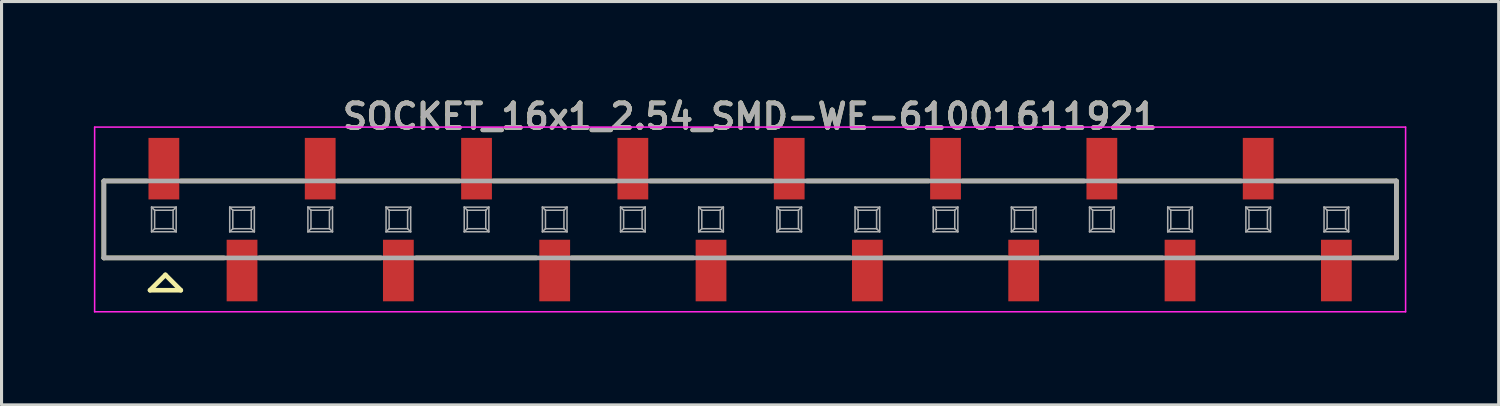
<source format=kicad_pcb>
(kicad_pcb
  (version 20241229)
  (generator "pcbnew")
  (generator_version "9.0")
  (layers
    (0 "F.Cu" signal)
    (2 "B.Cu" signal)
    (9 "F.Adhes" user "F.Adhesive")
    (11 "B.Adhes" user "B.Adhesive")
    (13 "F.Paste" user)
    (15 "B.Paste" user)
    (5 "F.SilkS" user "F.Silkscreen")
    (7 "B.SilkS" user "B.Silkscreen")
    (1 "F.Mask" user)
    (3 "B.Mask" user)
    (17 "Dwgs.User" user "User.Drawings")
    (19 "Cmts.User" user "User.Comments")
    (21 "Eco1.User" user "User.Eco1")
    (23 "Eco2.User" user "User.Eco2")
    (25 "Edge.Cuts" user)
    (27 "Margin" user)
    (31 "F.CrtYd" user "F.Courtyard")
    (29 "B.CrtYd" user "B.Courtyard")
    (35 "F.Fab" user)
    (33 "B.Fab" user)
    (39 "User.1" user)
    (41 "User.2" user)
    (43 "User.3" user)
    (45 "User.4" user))
  (footprint "SOCKET_16x1_2.54_SMD-WE-61001611921"
    (layer "F.Cu")
    (at 21.325 4.081)
    (property "Reference" "SOCKET_16x1_2.54_SMD-WE-61001611921" (at 0 -3.35 180) (layer "F.SilkS") (effects (font (size 0.8 0.8) (thickness 0.15))))
    (attr smd)
    (fp_line (start -21 -1.25) (end -21 1.25) (stroke (width 0.15) (type solid)) (layer "F.SilkS"))
    (fp_line (start -21 1.25) (end -17.1 1.25) (stroke (width 0.15) (type solid)) (layer "F.SilkS"))
    (fp_line (start -19.6 -1.25) (end -21 -1.25) (stroke (width 0.15) (type solid)) (layer "F.SilkS"))
    (fp_line (start -19.5 2.3) (end -19 1.8) (stroke (width 0.15) (type solid)) (layer "F.SilkS"))
    (fp_line (start -19.5 2.3) (end -18.5 2.3) (stroke (width 0.15) (type solid)) (layer "F.SilkS"))
    (fp_line (start -19 1.8) (end -18.5 2.3) (stroke (width 0.15) (type solid)) (layer "F.SilkS"))
    (fp_line (start -15.95 1.25) (end -12 1.25) (stroke (width 0.15) (type solid)) (layer "F.SilkS"))
    (fp_line (start -14.5 -1.25) (end -18.5 -1.25) (stroke (width 0.15) (type solid)) (layer "F.SilkS"))
    (fp_line (start -10.85 1.25) (end -6.95 1.25) (stroke (width 0.15) (type solid)) (layer "F.SilkS"))
    (fp_line (start -9.45 -1.25) (end -13.4 -1.25) (stroke (width 0.15) (type solid)) (layer "F.SilkS"))
    (fp_line (start -5.8 1.25) (end -1.85 1.25) (stroke (width 0.15) (type solid)) (layer "F.SilkS"))
    (fp_line (start -4.4 -1.25) (end -8.35 -1.25) (stroke (width 0.15) (type solid)) (layer "F.SilkS"))
    (fp_line (start -0.75 1.25) (end 3.25 1.25) (stroke (width 0.15) (type solid)) (layer "F.SilkS"))
    (fp_line (start 0.7 -1.25) (end -3.25 -1.25) (stroke (width 0.15) (type solid)) (layer "F.SilkS"))
    (fp_line (start 4.35 1.25) (end 8.35 1.25) (stroke (width 0.15) (type solid)) (layer "F.SilkS"))
    (fp_line (start 5.8 -1.25) (end 1.85 -1.25) (stroke (width 0.15) (type solid)) (layer "F.SilkS"))
    (fp_line (start 9.45 1.25) (end 13.4 1.25) (stroke (width 0.15) (type solid)) (layer "F.SilkS"))
    (fp_line (start 10.85 -1.25) (end 6.9 -1.25) (stroke (width 0.15) (type solid)) (layer "F.SilkS"))
    (fp_line (start 14.5 1.25) (end 18.5 1.25) (stroke (width 0.15) (type solid)) (layer "F.SilkS"))
    (fp_line (start 15.95 -1.25) (end 12 -1.25) (stroke (width 0.15) (type solid)) (layer "F.SilkS"))
    (fp_line (start 19.6 1.25) (end 21 1.25) (stroke (width 0.15) (type solid)) (layer "F.SilkS"))
    (fp_line (start 21 -1.25) (end 17.1 -1.25) (stroke (width 0.15) (type solid)) (layer "F.SilkS"))
    (fp_line (start 21 1.25) (end 21 -1.25) (stroke (width 0.15) (type solid)) (layer "F.SilkS"))
    (fp_line (start -21.3 -3) (end -21.3 3) (stroke (width 0.05) (type solid)) (layer "F.CrtYd"))
    (fp_line (start -21.3 -3) (end 21.3 -3) (stroke (width 0.05) (type solid)) (layer "F.CrtYd"))
    (fp_line (start 21.3 -3) (end 21.3 3) (stroke (width 0.05) (type solid)) (layer "F.CrtYd"))
    (fp_line (start 21.3 3) (end -21.3 3) (stroke (width 0.05) (type solid)) (layer "F.CrtYd"))
    (fp_line (start -21 -1.25) (end -21 1.25) (stroke (width 0.15) (type solid)) (layer "F.Fab"))
    (fp_line (start -21 1.25) (end 21 1.25) (stroke (width 0.15) (type solid)) (layer "F.Fab"))
    (fp_line (start -19.45 -0.4) (end -18.65 -0.4) (stroke (width 0.05) (type solid)) (layer "F.Fab"))
    (fp_line (start -19.45 0.4) (end -19.45 -0.4) (stroke (width 0.05) (type solid)) (layer "F.Fab"))
    (fp_line (start -19.35 -0.3) (end -19.45 -0.4) (stroke (width 0.05) (type solid)) (layer "F.Fab"))
    (fp_line (start -19.35 -0.3) (end -19.35 0.3) (stroke (width 0.05) (type solid)) (layer "F.Fab"))
    (fp_line (start -19.35 0.3) (end -19.45 0.4) (stroke (width 0.05) (type solid)) (layer "F.Fab"))
    (fp_line (start -19.35 0.3) (end -18.75 0.3) (stroke (width 0.05) (type solid)) (layer "F.Fab"))
    (fp_line (start -18.75 -0.3) (end -19.35 -0.3) (stroke (width 0.05) (type solid)) (layer "F.Fab"))
    (fp_line (start -18.75 -0.3) (end -18.65 -0.4) (stroke (width 0.05) (type solid)) (layer "F.Fab"))
    (fp_line (start -18.75 0.3) (end -18.75 -0.3) (stroke (width 0.05) (type solid)) (layer "F.Fab"))
    (fp_line (start -18.75 0.3) (end -18.65 0.4) (stroke (width 0.05) (type solid)) (layer "F.Fab"))
    (fp_line (start -18.65 -0.4) (end -18.65 0.4) (stroke (width 0.05) (type solid)) (layer "F.Fab"))
    (fp_line (start -18.65 0.4) (end -19.45 0.4) (stroke (width 0.05) (type solid)) (layer "F.Fab"))
    (fp_line (start -16.91 -0.4) (end -16.11 -0.4) (stroke (width 0.05) (type solid)) (layer "F.Fab"))
    (fp_line (start -16.91 0.4) (end -16.91 -0.4) (stroke (width 0.05) (type solid)) (layer "F.Fab"))
    (fp_line (start -16.81 -0.3) (end -16.91 -0.4) (stroke (width 0.05) (type solid)) (layer "F.Fab"))
    (fp_line (start -16.81 -0.3) (end -16.81 0.3) (stroke (width 0.05) (type solid)) (layer "F.Fab"))
    (fp_line (start -16.81 0.3) (end -16.91 0.4) (stroke (width 0.05) (type solid)) (layer "F.Fab"))
    (fp_line (start -16.81 0.3) (end -16.21 0.3) (stroke (width 0.05) (type solid)) (layer "F.Fab"))
    (fp_line (start -16.21 -0.3) (end -16.81 -0.3) (stroke (width 0.05) (type solid)) (layer "F.Fab"))
    (fp_line (start -16.21 -0.3) (end -16.11 -0.4) (stroke (width 0.05) (type solid)) (layer "F.Fab"))
    (fp_line (start -16.21 0.3) (end -16.21 -0.3) (stroke (width 0.05) (type solid)) (layer "F.Fab"))
    (fp_line (start -16.21 0.3) (end -16.11 0.4) (stroke (width 0.05) (type solid)) (layer "F.Fab"))
    (fp_line (start -16.11 -0.4) (end -16.11 0.4) (stroke (width 0.05) (type solid)) (layer "F.Fab"))
    (fp_line (start -16.11 0.4) (end -16.91 0.4) (stroke (width 0.05) (type solid)) (layer "F.Fab"))
    (fp_line (start -14.37 -0.4) (end -13.57 -0.4) (stroke (width 0.05) (type solid)) (layer "F.Fab"))
    (fp_line (start -14.37 0.4) (end -14.37 -0.4) (stroke (width 0.05) (type solid)) (layer "F.Fab"))
    (fp_line (start -14.27 -0.3) (end -14.37 -0.4) (stroke (width 0.05) (type solid)) (layer "F.Fab"))
    (fp_line (start -14.27 -0.3) (end -14.27 0.3) (stroke (width 0.05) (type solid)) (layer "F.Fab"))
    (fp_line (start -14.27 0.3) (end -14.37 0.4) (stroke (width 0.05) (type solid)) (layer "F.Fab"))
    (fp_line (start -14.27 0.3) (end -13.67 0.3) (stroke (width 0.05) (type solid)) (layer "F.Fab"))
    (fp_line (start -13.67 -0.3) (end -14.27 -0.3) (stroke (width 0.05) (type solid)) (layer "F.Fab"))
    (fp_line (start -13.67 -0.3) (end -13.57 -0.4) (stroke (width 0.05) (type solid)) (layer "F.Fab"))
    (fp_line (start -13.67 0.3) (end -13.67 -0.3) (stroke (width 0.05) (type solid)) (layer "F.Fab"))
    (fp_line (start -13.67 0.3) (end -13.57 0.4) (stroke (width 0.05) (type solid)) (layer "F.Fab"))
    (fp_line (start -13.57 -0.4) (end -13.57 0.4) (stroke (width 0.05) (type solid)) (layer "F.Fab"))
    (fp_line (start -13.57 0.4) (end -14.37 0.4) (stroke (width 0.05) (type solid)) (layer "F.Fab"))
    (fp_line (start -11.83 -0.4) (end -11.03 -0.4) (stroke (width 0.05) (type solid)) (layer "F.Fab"))
    (fp_line (start -11.83 0.4) (end -11.83 -0.4) (stroke (width 0.05) (type solid)) (layer "F.Fab"))
    (fp_line (start -11.73 -0.3) (end -11.83 -0.4) (stroke (width 0.05) (type solid)) (layer "F.Fab"))
    (fp_line (start -11.73 -0.3) (end -11.73 0.3) (stroke (width 0.05) (type solid)) (layer "F.Fab"))
    (fp_line (start -11.73 0.3) (end -11.83 0.4) (stroke (width 0.05) (type solid)) (layer "F.Fab"))
    (fp_line (start -11.73 0.3) (end -11.13 0.3) (stroke (width 0.05) (type solid)) (layer "F.Fab"))
    (fp_line (start -11.13 -0.3) (end -11.73 -0.3) (stroke (width 0.05) (type solid)) (layer "F.Fab"))
    (fp_line (start -11.13 -0.3) (end -11.03 -0.4) (stroke (width 0.05) (type solid)) (layer "F.Fab"))
    (fp_line (start -11.13 0.3) (end -11.13 -0.3) (stroke (width 0.05) (type solid)) (layer "F.Fab"))
    (fp_line (start -11.13 0.3) (end -11.03 0.4) (stroke (width 0.05) (type solid)) (layer "F.Fab"))
    (fp_line (start -11.03 -0.4) (end -11.03 0.4) (stroke (width 0.05) (type solid)) (layer "F.Fab"))
    (fp_line (start -11.03 0.4) (end -11.83 0.4) (stroke (width 0.05) (type solid)) (layer "F.Fab"))
    (fp_line (start -9.29 -0.4) (end -8.49 -0.4) (stroke (width 0.05) (type solid)) (layer "F.Fab"))
    (fp_line (start -9.29 0.4) (end -9.29 -0.4) (stroke (width 0.05) (type solid)) (layer "F.Fab"))
    (fp_line (start -9.19 -0.3) (end -9.29 -0.4) (stroke (width 0.05) (type solid)) (layer "F.Fab"))
    (fp_line (start -9.19 -0.3) (end -9.19 0.3) (stroke (width 0.05) (type solid)) (layer "F.Fab"))
    (fp_line (start -9.19 0.3) (end -9.29 0.4) (stroke (width 0.05) (type solid)) (layer "F.Fab"))
    (fp_line (start -9.19 0.3) (end -8.59 0.3) (stroke (width 0.05) (type solid)) (layer "F.Fab"))
    (fp_line (start -8.59 -0.3) (end -9.19 -0.3) (stroke (width 0.05) (type solid)) (layer "F.Fab"))
    (fp_line (start -8.59 -0.3) (end -8.49 -0.4) (stroke (width 0.05) (type solid)) (layer "F.Fab"))
    (fp_line (start -8.59 0.3) (end -8.59 -0.3) (stroke (width 0.05) (type solid)) (layer "F.Fab"))
    (fp_line (start -8.59 0.3) (end -8.49 0.4) (stroke (width 0.05) (type solid)) (layer "F.Fab"))
    (fp_line (start -8.49 -0.4) (end -8.49 0.4) (stroke (width 0.05) (type solid)) (layer "F.Fab"))
    (fp_line (start -8.49 0.4) (end -9.29 0.4) (stroke (width 0.05) (type solid)) (layer "F.Fab"))
    (fp_line (start -6.75 -0.4) (end -5.95 -0.4) (stroke (width 0.05) (type solid)) (layer "F.Fab"))
    (fp_line (start -6.75 0.4) (end -6.75 -0.4) (stroke (width 0.05) (type solid)) (layer "F.Fab"))
    (fp_line (start -6.65 -0.3) (end -6.75 -0.4) (stroke (width 0.05) (type solid)) (layer "F.Fab"))
    (fp_line (start -6.65 -0.3) (end -6.65 0.3) (stroke (width 0.05) (type solid)) (layer "F.Fab"))
    (fp_line (start -6.65 0.3) (end -6.75 0.4) (stroke (width 0.05) (type solid)) (layer "F.Fab"))
    (fp_line (start -6.65 0.3) (end -6.05 0.3) (stroke (width 0.05) (type solid)) (layer "F.Fab"))
    (fp_line (start -6.05 -0.3) (end -6.65 -0.3) (stroke (width 0.05) (type solid)) (layer "F.Fab"))
    (fp_line (start -6.05 -0.3) (end -5.95 -0.4) (stroke (width 0.05) (type solid)) (layer "F.Fab"))
    (fp_line (start -6.05 0.3) (end -6.05 -0.3) (stroke (width 0.05) (type solid)) (layer "F.Fab"))
    (fp_line (start -6.05 0.3) (end -5.95 0.4) (stroke (width 0.05) (type solid)) (layer "F.Fab"))
    (fp_line (start -5.95 -0.4) (end -5.95 0.4) (stroke (width 0.05) (type solid)) (layer "F.Fab"))
    (fp_line (start -5.95 0.4) (end -6.75 0.4) (stroke (width 0.05) (type solid)) (layer "F.Fab"))
    (fp_line (start -4.21 -0.4) (end -3.41 -0.4) (stroke (width 0.05) (type solid)) (layer "F.Fab"))
    (fp_line (start -4.21 0.4) (end -4.21 -0.4) (stroke (width 0.05) (type solid)) (layer "F.Fab"))
    (fp_line (start -4.11 -0.3) (end -4.21 -0.4) (stroke (width 0.05) (type solid)) (layer "F.Fab"))
    (fp_line (start -4.11 -0.3) (end -4.11 0.3) (stroke (width 0.05) (type solid)) (layer "F.Fab"))
    (fp_line (start -4.11 0.3) (end -4.21 0.4) (stroke (width 0.05) (type solid)) (layer "F.Fab"))
    (fp_line (start -4.11 0.3) (end -3.51 0.3) (stroke (width 0.05) (type solid)) (layer "F.Fab"))
    (fp_line (start -3.51 -0.3) (end -4.11 -0.3) (stroke (width 0.05) (type solid)) (layer "F.Fab"))
    (fp_line (start -3.51 -0.3) (end -3.41 -0.4) (stroke (width 0.05) (type solid)) (layer "F.Fab"))
    (fp_line (start -3.51 0.3) (end -3.51 -0.3) (stroke (width 0.05) (type solid)) (layer "F.Fab"))
    (fp_line (start -3.51 0.3) (end -3.41 0.4) (stroke (width 0.05) (type solid)) (layer "F.Fab"))
    (fp_line (start -3.41 -0.4) (end -3.41 0.4) (stroke (width 0.05) (type solid)) (layer "F.Fab"))
    (fp_line (start -3.41 0.4) (end -4.21 0.4) (stroke (width 0.05) (type solid)) (layer "F.Fab"))
    (fp_line (start -1.67 -0.4) (end -0.87 -0.4) (stroke (width 0.05) (type solid)) (layer "F.Fab"))
    (fp_line (start -1.67 0.4) (end -1.67 -0.4) (stroke (width 0.05) (type solid)) (layer "F.Fab"))
    (fp_line (start -1.57 -0.3) (end -1.67 -0.4) (stroke (width 0.05) (type solid)) (layer "F.Fab"))
    (fp_line (start -1.57 -0.3) (end -1.57 0.3) (stroke (width 0.05) (type solid)) (layer "F.Fab"))
    (fp_line (start -1.57 0.3) (end -1.67 0.4) (stroke (width 0.05) (type solid)) (layer "F.Fab"))
    (fp_line (start -1.57 0.3) (end -0.97 0.3) (stroke (width 0.05) (type solid)) (layer "F.Fab"))
    (fp_line (start -0.97 -0.3) (end -1.57 -0.3) (stroke (width 0.05) (type solid)) (layer "F.Fab"))
    (fp_line (start -0.97 -0.3) (end -0.87 -0.4) (stroke (width 0.05) (type solid)) (layer "F.Fab"))
    (fp_line (start -0.97 0.3) (end -0.97 -0.3) (stroke (width 0.05) (type solid)) (layer "F.Fab"))
    (fp_line (start -0.97 0.3) (end -0.87 0.4) (stroke (width 0.05) (type solid)) (layer "F.Fab"))
    (fp_line (start -0.87 -0.4) (end -0.87 0.4) (stroke (width 0.05) (type solid)) (layer "F.Fab"))
    (fp_line (start -0.87 0.4) (end -1.67 0.4) (stroke (width 0.05) (type solid)) (layer "F.Fab"))
    (fp_line (start 0.87 -0.4) (end 1.67 -0.4) (stroke (width 0.05) (type solid)) (layer "F.Fab"))
    (fp_line (start 0.87 0.4) (end 0.87 -0.4) (stroke (width 0.05) (type solid)) (layer "F.Fab"))
    (fp_line (start 0.97 -0.3) (end 0.87 -0.4) (stroke (width 0.05) (type solid)) (layer "F.Fab"))
    (fp_line (start 0.97 -0.3) (end 0.97 0.3) (stroke (width 0.05) (type solid)) (layer "F.Fab"))
    (fp_line (start 0.97 0.3) (end 0.87 0.4) (stroke (width 0.05) (type solid)) (layer "F.Fab"))
    (fp_line (start 0.97 0.3) (end 1.57 0.3) (stroke (width 0.05) (type solid)) (layer "F.Fab"))
    (fp_line (start 1.57 -0.3) (end 0.97 -0.3) (stroke (width 0.05) (type solid)) (layer "F.Fab"))
    (fp_line (start 1.57 -0.3) (end 1.67 -0.4) (stroke (width 0.05) (type solid)) (layer "F.Fab"))
    (fp_line (start 1.57 0.3) (end 1.57 -0.3) (stroke (width 0.05) (type solid)) (layer "F.Fab"))
    (fp_line (start 1.57 0.3) (end 1.67 0.4) (stroke (width 0.05) (type solid)) (layer "F.Fab"))
    (fp_line (start 1.67 -0.4) (end 1.67 0.4) (stroke (width 0.05) (type solid)) (layer "F.Fab"))
    (fp_line (start 1.67 0.4) (end 0.87 0.4) (stroke (width 0.05) (type solid)) (layer "F.Fab"))
    (fp_line (start 3.41 -0.4) (end 4.21 -0.4) (stroke (width 0.05) (type solid)) (layer "F.Fab"))
    (fp_line (start 3.41 0.4) (end 3.41 -0.4) (stroke (width 0.05) (type solid)) (layer "F.Fab"))
    (fp_line (start 3.51 -0.3) (end 3.41 -0.4) (stroke (width 0.05) (type solid)) (layer "F.Fab"))
    (fp_line (start 3.51 -0.3) (end 3.51 0.3) (stroke (width 0.05) (type solid)) (layer "F.Fab"))
    (fp_line (start 3.51 0.3) (end 3.41 0.4) (stroke (width 0.05) (type solid)) (layer "F.Fab"))
    (fp_line (start 3.51 0.3) (end 4.11 0.3) (stroke (width 0.05) (type solid)) (layer "F.Fab"))
    (fp_line (start 4.11 -0.3) (end 3.51 -0.3) (stroke (width 0.05) (type solid)) (layer "F.Fab"))
    (fp_line (start 4.11 -0.3) (end 4.21 -0.4) (stroke (width 0.05) (type solid)) (layer "F.Fab"))
    (fp_line (start 4.11 0.3) (end 4.11 -0.3) (stroke (width 0.05) (type solid)) (layer "F.Fab"))
    (fp_line (start 4.11 0.3) (end 4.21 0.4) (stroke (width 0.05) (type solid)) (layer "F.Fab"))
    (fp_line (start 4.21 -0.4) (end 4.21 0.4) (stroke (width 0.05) (type solid)) (layer "F.Fab"))
    (fp_line (start 4.21 0.4) (end 3.41 0.4) (stroke (width 0.05) (type solid)) (layer "F.Fab"))
    (fp_line (start 5.95 -0.4) (end 6.75 -0.4) (stroke (width 0.05) (type solid)) (layer "F.Fab"))
    (fp_line (start 5.95 0.4) (end 5.95 -0.4) (stroke (width 0.05) (type solid)) (layer "F.Fab"))
    (fp_line (start 6.05 -0.3) (end 5.95 -0.4) (stroke (width 0.05) (type solid)) (layer "F.Fab"))
    (fp_line (start 6.05 -0.3) (end 6.05 0.3) (stroke (width 0.05) (type solid)) (layer "F.Fab"))
    (fp_line (start 6.05 0.3) (end 5.95 0.4) (stroke (width 0.05) (type solid)) (layer "F.Fab"))
    (fp_line (start 6.05 0.3) (end 6.65 0.3) (stroke (width 0.05) (type solid)) (layer "F.Fab"))
    (fp_line (start 6.65 -0.3) (end 6.05 -0.3) (stroke (width 0.05) (type solid)) (layer "F.Fab"))
    (fp_line (start 6.65 -0.3) (end 6.75 -0.4) (stroke (width 0.05) (type solid)) (layer "F.Fab"))
    (fp_line (start 6.65 0.3) (end 6.65 -0.3) (stroke (width 0.05) (type solid)) (layer "F.Fab"))
    (fp_line (start 6.65 0.3) (end 6.75 0.4) (stroke (width 0.05) (type solid)) (layer "F.Fab"))
    (fp_line (start 6.75 -0.4) (end 6.75 0.4) (stroke (width 0.05) (type solid)) (layer "F.Fab"))
    (fp_line (start 6.75 0.4) (end 5.95 0.4) (stroke (width 0.05) (type solid)) (layer "F.Fab"))
    (fp_line (start 8.49 -0.4) (end 9.29 -0.4) (stroke (width 0.05) (type solid)) (layer "F.Fab"))
    (fp_line (start 8.49 0.4) (end 8.49 -0.4) (stroke (width 0.05) (type solid)) (layer "F.Fab"))
    (fp_line (start 8.59 -0.3) (end 8.49 -0.4) (stroke (width 0.05) (type solid)) (layer "F.Fab"))
    (fp_line (start 8.59 -0.3) (end 8.59 0.3) (stroke (width 0.05) (type solid)) (layer "F.Fab"))
    (fp_line (start 8.59 0.3) (end 8.49 0.4) (stroke (width 0.05) (type solid)) (layer "F.Fab"))
    (fp_line (start 8.59 0.3) (end 9.19 0.3) (stroke (width 0.05) (type solid)) (layer "F.Fab"))
    (fp_line (start 9.19 -0.3) (end 8.59 -0.3) (stroke (width 0.05) (type solid)) (layer "F.Fab"))
    (fp_line (start 9.19 -0.3) (end 9.29 -0.4) (stroke (width 0.05) (type solid)) (layer "F.Fab"))
    (fp_line (start 9.19 0.3) (end 9.19 -0.3) (stroke (width 0.05) (type solid)) (layer "F.Fab"))
    (fp_line (start 9.19 0.3) (end 9.29 0.4) (stroke (width 0.05) (type solid)) (layer "F.Fab"))
    (fp_line (start 9.29 -0.4) (end 9.29 0.4) (stroke (width 0.05) (type solid)) (layer "F.Fab"))
    (fp_line (start 9.29 0.4) (end 8.49 0.4) (stroke (width 0.05) (type solid)) (layer "F.Fab"))
    (fp_line (start 11.03 -0.4) (end 11.83 -0.4) (stroke (width 0.05) (type solid)) (layer "F.Fab"))
    (fp_line (start 11.03 0.4) (end 11.03 -0.4) (stroke (width 0.05) (type solid)) (layer "F.Fab"))
    (fp_line (start 11.13 -0.3) (end 11.03 -0.4) (stroke (width 0.05) (type solid)) (layer "F.Fab"))
    (fp_line (start 11.13 -0.3) (end 11.13 0.3) (stroke (width 0.05) (type solid)) (layer "F.Fab"))
    (fp_line (start 11.13 0.3) (end 11.03 0.4) (stroke (width 0.05) (type solid)) (layer "F.Fab"))
    (fp_line (start 11.13 0.3) (end 11.73 0.3) (stroke (width 0.05) (type solid)) (layer "F.Fab"))
    (fp_line (start 11.73 -0.3) (end 11.13 -0.3) (stroke (width 0.05) (type solid)) (layer "F.Fab"))
    (fp_line (start 11.73 -0.3) (end 11.83 -0.4) (stroke (width 0.05) (type solid)) (layer "F.Fab"))
    (fp_line (start 11.73 0.3) (end 11.73 -0.3) (stroke (width 0.05) (type solid)) (layer "F.Fab"))
    (fp_line (start 11.73 0.3) (end 11.83 0.4) (stroke (width 0.05) (type solid)) (layer "F.Fab"))
    (fp_line (start 11.83 -0.4) (end 11.83 0.4) (stroke (width 0.05) (type solid)) (layer "F.Fab"))
    (fp_line (start 11.83 0.4) (end 11.03 0.4) (stroke (width 0.05) (type solid)) (layer "F.Fab"))
    (fp_line (start 13.57 -0.4) (end 14.37 -0.4) (stroke (width 0.05) (type solid)) (layer "F.Fab"))
    (fp_line (start 13.57 0.4) (end 13.57 -0.4) (stroke (width 0.05) (type solid)) (layer "F.Fab"))
    (fp_line (start 13.67 -0.3) (end 13.57 -0.4) (stroke (width 0.05) (type solid)) (layer "F.Fab"))
    (fp_line (start 13.67 -0.3) (end 13.67 0.3) (stroke (width 0.05) (type solid)) (layer "F.Fab"))
    (fp_line (start 13.67 0.3) (end 13.57 0.4) (stroke (width 0.05) (type solid)) (layer "F.Fab"))
    (fp_line (start 13.67 0.3) (end 14.27 0.3) (stroke (width 0.05) (type solid)) (layer "F.Fab"))
    (fp_line (start 14.27 -0.3) (end 13.67 -0.3) (stroke (width 0.05) (type solid)) (layer "F.Fab"))
    (fp_line (start 14.27 -0.3) (end 14.37 -0.4) (stroke (width 0.05) (type solid)) (layer "F.Fab"))
    (fp_line (start 14.27 0.3) (end 14.27 -0.3) (stroke (width 0.05) (type solid)) (layer "F.Fab"))
    (fp_line (start 14.27 0.3) (end 14.37 0.4) (stroke (width 0.05) (type solid)) (layer "F.Fab"))
    (fp_line (start 14.37 -0.4) (end 14.37 0.4) (stroke (width 0.05) (type solid)) (layer "F.Fab"))
    (fp_line (start 14.37 0.4) (end 13.57 0.4) (stroke (width 0.05) (type solid)) (layer "F.Fab"))
    (fp_line (start 16.11 -0.4) (end 16.91 -0.4) (stroke (width 0.05) (type solid)) (layer "F.Fab"))
    (fp_line (start 16.11 0.4) (end 16.11 -0.4) (stroke (width 0.05) (type solid)) (layer "F.Fab"))
    (fp_line (start 16.21 -0.3) (end 16.11 -0.4) (stroke (width 0.05) (type solid)) (layer "F.Fab"))
    (fp_line (start 16.21 -0.3) (end 16.21 0.3) (stroke (width 0.05) (type solid)) (layer "F.Fab"))
    (fp_line (start 16.21 0.3) (end 16.11 0.4) (stroke (width 0.05) (type solid)) (layer "F.Fab"))
    (fp_line (start 16.21 0.3) (end 16.81 0.3) (stroke (width 0.05) (type solid)) (layer "F.Fab"))
    (fp_line (start 16.81 -0.3) (end 16.21 -0.3) (stroke (width 0.05) (type solid)) (layer "F.Fab"))
    (fp_line (start 16.81 -0.3) (end 16.91 -0.4) (stroke (width 0.05) (type solid)) (layer "F.Fab"))
    (fp_line (start 16.81 0.3) (end 16.81 -0.3) (stroke (width 0.05) (type solid)) (layer "F.Fab"))
    (fp_line (start 16.81 0.3) (end 16.91 0.4) (stroke (width 0.05) (type solid)) (layer "F.Fab"))
    (fp_line (start 16.91 -0.4) (end 16.91 0.4) (stroke (width 0.05) (type solid)) (layer "F.Fab"))
    (fp_line (start 16.91 0.4) (end 16.11 0.4) (stroke (width 0.05) (type solid)) (layer "F.Fab"))
    (fp_line (start 18.65 -0.4) (end 19.45 -0.4) (stroke (width 0.05) (type solid)) (layer "F.Fab"))
    (fp_line (start 18.65 0.4) (end 18.65 -0.4) (stroke (width 0.05) (type solid)) (layer "F.Fab"))
    (fp_line (start 18.75 -0.3) (end 18.65 -0.4) (stroke (width 0.05) (type solid)) (layer "F.Fab"))
    (fp_line (start 18.75 -0.3) (end 18.75 0.3) (stroke (width 0.05) (type solid)) (layer "F.Fab"))
    (fp_line (start 18.75 0.3) (end 18.65 0.4) (stroke (width 0.05) (type solid)) (layer "F.Fab"))
    (fp_line (start 18.75 0.3) (end 19.35 0.3) (stroke (width 0.05) (type solid)) (layer "F.Fab"))
    (fp_line (start 19.35 -0.3) (end 18.75 -0.3) (stroke (width 0.05) (type solid)) (layer "F.Fab"))
    (fp_line (start 19.35 -0.3) (end 19.45 -0.4) (stroke (width 0.05) (type solid)) (layer "F.Fab"))
    (fp_line (start 19.35 0.3) (end 19.35 -0.3) (stroke (width 0.05) (type solid)) (layer "F.Fab"))
    (fp_line (start 19.35 0.3) (end 19.45 0.4) (stroke (width 0.05) (type solid)) (layer "F.Fab"))
    (fp_line (start 19.45 -0.4) (end 19.45 0.4) (stroke (width 0.05) (type solid)) (layer "F.Fab"))
    (fp_line (start 19.45 0.4) (end 18.65 0.4) (stroke (width 0.05) (type solid)) (layer "F.Fab"))
    (fp_line (start 21 -1.25) (end -21 -1.25) (stroke (width 0.15) (type solid)) (layer "F.Fab"))
    (fp_line (start 21 -1.25) (end 21 1.25) (stroke (width 0.15) (type solid)) (layer "F.Fab"))
    (fp_text user "${REFERENCE}" (at 0 -3.35 0) (layer "F.Fab") (effects (font (size 0.8 0.8) (thickness 0.15))))
    (pad "1" smd rect (at -19.05 -1.65) (size 1 2) (layers "F.Cu" "F.Mask" "F.Paste"))
    (pad "2" smd rect (at -16.51 1.66) (size 1 2) (layers "F.Cu" "F.Mask" "F.Paste"))
    (pad "3" smd rect (at -13.97 -1.65) (size 1 2) (layers "F.Cu" "F.Mask" "F.Paste"))
    (pad "4" smd rect (at -11.43 1.66) (size 1 2) (layers "F.Cu" "F.Mask" "F.Paste"))
    (pad "5" smd rect (at -8.89 -1.65) (size 1 2) (layers "F.Cu" "F.Mask" "F.Paste"))
    (pad "6" smd rect (at -6.35 1.66) (size 1 2) (layers "F.Cu" "F.Mask" "F.Paste"))
    (pad "7" smd rect (at -3.81 -1.65) (size 1 2) (layers "F.Cu" "F.Mask" "F.Paste"))
    (pad "8" smd rect (at -1.27 1.66) (size 1 2) (layers "F.Cu" "F.Mask" "F.Paste"))
    (pad "9" smd rect (at 1.27 -1.65) (size 1 2) (layers "F.Cu" "F.Mask" "F.Paste"))
    (pad "10" smd rect (at 3.81 1.66) (size 1 2) (layers "F.Cu" "F.Mask" "F.Paste"))
    (pad "11" smd rect (at 6.35 -1.65) (size 1 2) (layers "F.Cu" "F.Mask" "F.Paste"))
    (pad "12" smd rect (at 8.89 1.66) (size 1 2) (layers "F.Cu" "F.Mask" "F.Paste"))
    (pad "13" smd rect (at 11.43 -1.65) (size 1 2) (layers "F.Cu" "F.Mask" "F.Paste"))
    (pad "14" smd rect (at 13.97 1.66) (size 1 2) (layers "F.Cu" "F.Mask" "F.Paste"))
    (pad "15" smd rect (at 16.51 -1.65) (size 1 2) (layers "F.Cu" "F.Mask" "F.Paste"))
    (pad "16" smd rect (at 19.05 1.66) (size 1 2) (layers "F.Cu" "F.Mask" "F.Paste")))
  (gr_rect
    (start -3 -3)
    (end 45.65 10.106)
    (stroke (width 0.1) (type default))
    (fill no)
    (layer "Edge.Cuts")))
</source>
